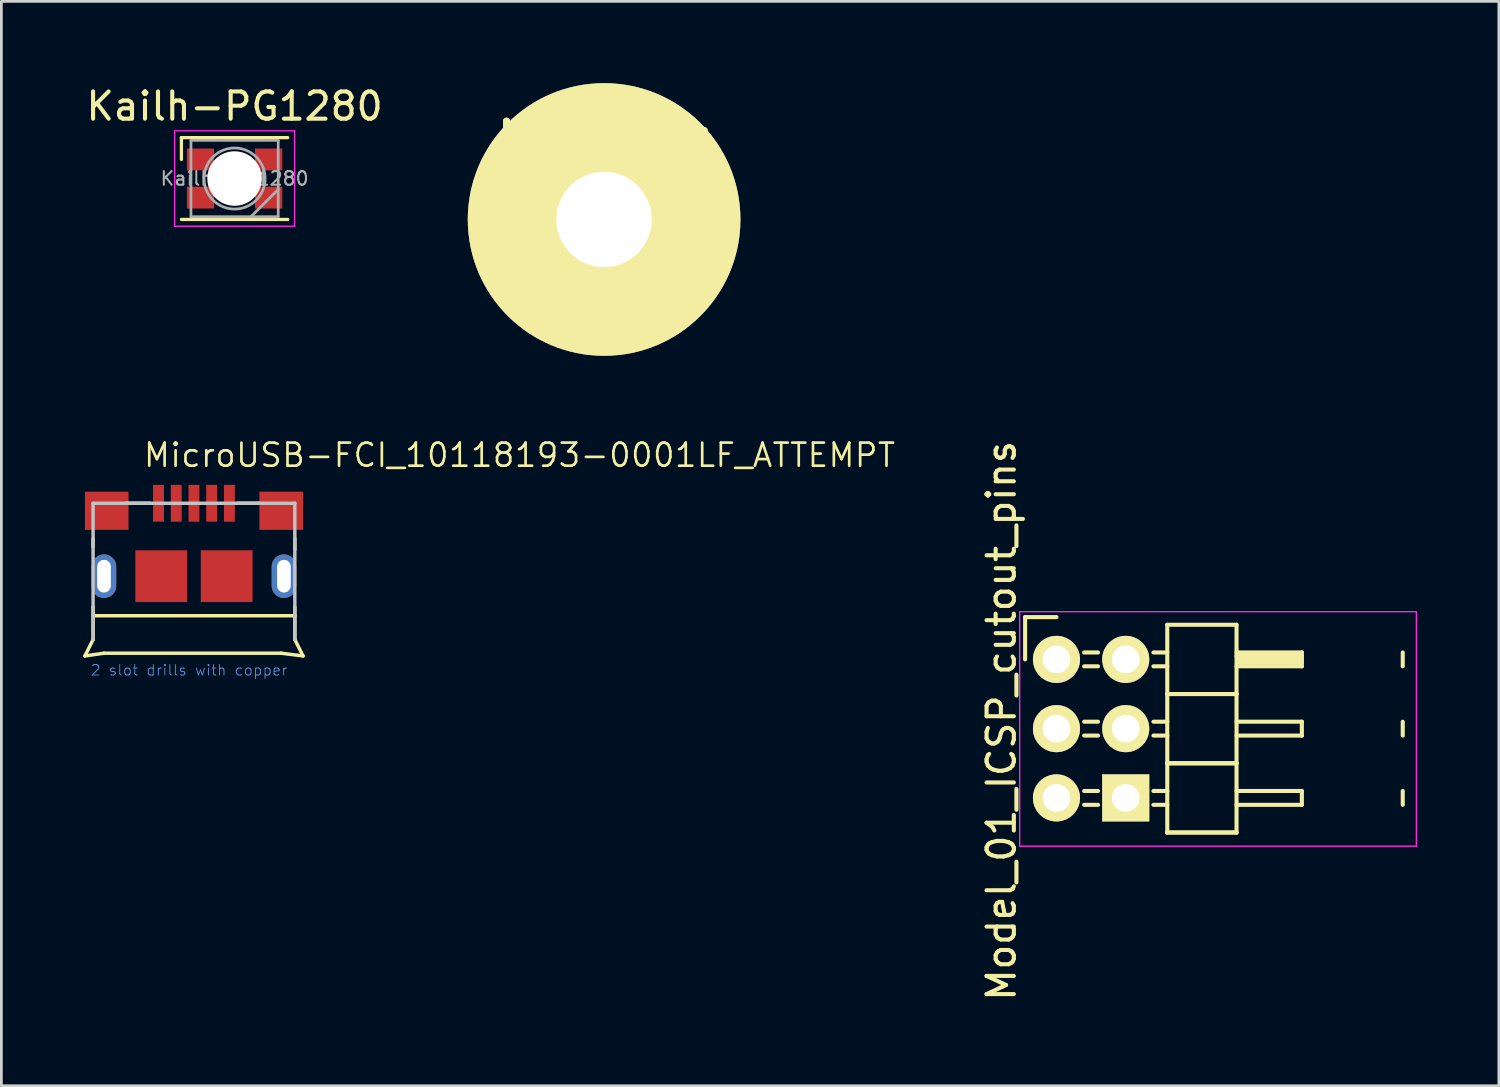
<source format=kicad_pcb>
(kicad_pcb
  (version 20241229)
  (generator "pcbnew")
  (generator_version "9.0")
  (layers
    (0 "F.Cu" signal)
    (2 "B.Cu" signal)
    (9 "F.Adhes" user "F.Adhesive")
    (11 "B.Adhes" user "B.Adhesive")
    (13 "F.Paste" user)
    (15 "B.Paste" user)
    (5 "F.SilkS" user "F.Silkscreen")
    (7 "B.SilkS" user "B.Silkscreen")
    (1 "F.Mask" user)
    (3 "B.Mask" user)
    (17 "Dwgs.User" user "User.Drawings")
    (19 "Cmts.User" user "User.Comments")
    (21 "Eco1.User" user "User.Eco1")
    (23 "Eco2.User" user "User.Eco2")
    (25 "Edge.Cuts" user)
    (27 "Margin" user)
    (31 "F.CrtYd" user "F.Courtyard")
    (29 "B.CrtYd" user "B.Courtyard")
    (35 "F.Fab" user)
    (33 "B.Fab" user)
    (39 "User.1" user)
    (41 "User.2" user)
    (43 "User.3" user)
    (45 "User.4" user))
  (footprint "Kailh-PG1280"
    (layer "F.Cu")
    (at 5.554 3.498)
    (property "Reference" "Kailh-PG1280" (at 0 -2.65 0) (layer "F.SilkS") (effects (font (size 1 1) (thickness 0.15))))
    (attr smd)
    (fp_line (start -1.95 -1.5) (end 1.95 -1.5) (stroke (width 0.12) (type solid)) (layer "F.SilkS"))
    (fp_line (start -1.95 -0.7) (end -1.95 -1.5) (stroke (width 0.12) (type solid)) (layer "F.SilkS"))
    (fp_line (start -1.95 1.5) (end 1.95 1.5) (stroke (width 0.12) (type solid)) (layer "F.SilkS"))
    (fp_line (start -2.2 -1.75) (end -2.2 1.75) (stroke (width 0.05) (type solid)) (layer "F.CrtYd"))
    (fp_line (start -2.2 1.75) (end 2.2 1.75) (stroke (width 0.05) (type solid)) (layer "F.CrtYd"))
    (fp_line (start 2.2 -1.75) (end -2.2 -1.75) (stroke (width 0.05) (type solid)) (layer "F.CrtYd"))
    (fp_line (start 2.2 1.75) (end 2.2 -1.75) (stroke (width 0.05) (type solid)) (layer "F.CrtYd"))
    (fp_line (start -1.6 -1.4) (end -1.6 1.4) (stroke (width 0.1) (type solid)) (layer "F.Fab"))
    (fp_line (start -1.6 1.4) (end 1.6 1.4) (stroke (width 0.1) (type solid)) (layer "F.Fab"))
    (fp_line (start 0.6 1.4) (end 1.6 0.4) (stroke (width 0.1) (type solid)) (layer "F.Fab"))
    (fp_line (start 1.6 -1.4) (end -1.6 -1.4) (stroke (width 0.1) (type solid)) (layer "F.Fab"))
    (fp_line (start 1.6 1.4) (end 1.6 -1.4) (stroke (width 0.1) (type solid)) (layer "F.Fab"))
    (fp_circle (center 0 0) (end 1.12 0) (stroke (width 0.1) (type solid)) (fill no) (layer "F.Fab"))
    (fp_text user "${REFERENCE}" (at 0 0 0) (layer "F.Fab") (effects (font (size 0.5 0.5) (thickness 0.075))))
    (pad "" np_thru_hole circle (at 0 0) (size 2 2) (drill 2) (layers "*.Cu" "*.Mask"))
    (pad "1" smd rect (at -1.25 -0.7) (size 1 0.8) (layers "F.Cu" "F.Mask" "F.Paste"))
    (pad "2" smd rect (at -1.25 0.7) (size 1 0.8) (layers "F.Cu" "F.Mask" "F.Paste"))
    (pad "3" smd rect (at 1.25 -0.7) (size 1 0.8) (layers "F.Cu" "F.Mask" "F.Paste"))
    (pad "4" smd rect (at 1.25 0.7) (size 1 0.8) (layers "F.Cu" "F.Mask" "F.Paste")))
  (footprint "MicroUSB-FCI_10118193-0001LF_ATTEMPT"
    (layer "F.Cu")
    (at 4.064 18.083)
    (property "Reference" "MicroUSB-FCI_10118193-0001LF_ATTEMPT" (at -1.905 -3.945 0) (layer "F.SilkS") (effects (font (size 0.845 0.845) (thickness 0.098)) (justify left bottom)))
    (attr through_hole)
    (fp_line (start -3.7 -1.075) (end -3.7 -1.375) (stroke (width 0.127) (type solid)) (layer "F.SilkS"))
    (fp_line (start -3.7 1.45) (end 3.7 1.45) (stroke (width 0.127) (type solid)) (layer "F.SilkS"))
    (fp_line (start -3.7 2.325) (end -4 2.925) (stroke (width 0.127) (type solid)) (layer "F.SilkS"))
    (fp_line (start -3.7 2.325) (end -3.7 1.125) (stroke (width 0.127) (type solid)) (layer "F.SilkS"))
    (fp_line (start -3.3 2.825) (end -4 2.925) (stroke (width 0.127) (type solid)) (layer "F.SilkS"))
    (fp_line (start -3.3 2.825) (end 3.2 2.825) (stroke (width 0.127) (type solid)) (layer "F.SilkS"))
    (fp_line (start -1.6 -2.675) (end -2.5 -2.675) (stroke (width 0.127) (type solid)) (layer "F.SilkS"))
    (fp_line (start 1.6 -2.675) (end 2.4 -2.675) (stroke (width 0.127) (type solid)) (layer "F.SilkS"))
    (fp_line (start 3.2 2.825) (end 4 2.925) (stroke (width 0.127) (type solid)) (layer "F.SilkS"))
    (fp_line (start 3.7 -1.375) (end 3.7 -0.975) (stroke (width 0.127) (type solid)) (layer "F.SilkS"))
    (fp_line (start 3.7 1.125) (end 3.7 2.325) (stroke (width 0.127) (type solid)) (layer "F.SilkS"))
    (fp_line (start 3.7 2.325) (end 4 2.925) (stroke (width 0.127) (type solid)) (layer "F.SilkS"))
    (fp_line (start -3.7 -2.675) (end 3.7 -2.675) (stroke (width 0.127) (type solid)) (layer "Dwgs.User"))
    (fp_line (start -3.7 2.325) (end -3.7 -2.675) (stroke (width 0.127) (type solid)) (layer "Dwgs.User"))
    (fp_line (start 3.7 -2.675) (end 3.7 2.325) (stroke (width 0.127) (type solid)) (layer "Dwgs.User"))
    (fp_text user "2 slot drills with copper" (at -3.81 3.675 0) (layer "Cmts.User") (effects (font (size 0.386 0.386) (thickness 0.033)) (justify left bottom)))
    (pad "1" smd rect (at -1.3 -2.675 180) (size 0.4 1.35) (layers "F.Cu" "F.Mask" "F.Paste"))
    (pad "2" smd rect (at -0.65 -2.675 180) (size 0.4 1.35) (layers "F.Cu" "F.Mask" "F.Paste"))
    (pad "3" smd rect (at 0 -2.675 180) (size 0.4 1.35) (layers "F.Cu" "F.Mask" "F.Paste"))
    (pad "4" smd rect (at 0.65 -2.675 180) (size 0.4 1.35) (layers "F.Cu" "F.Mask" "F.Paste"))
    (pad "5" smd rect (at 1.3 -2.675 180) (size 0.4 1.35) (layers "F.Cu" "F.Mask" "F.Paste"))
    (pad "S1" smd rect (at -3.2 -2.4 90) (size 1.4 1.6) (layers "F.Cu" "F.Mask" "F.Paste"))
    (pad "S2" thru_hole oval (at -3.3 0 90) (size 1.6 0.9) (drill oval 1.2 0.5) (layers "*.Cu" "*.Mask"))
    (pad "S3" smd rect (at -1.2 0) (size 1.9 1.9) (layers "F.Cu" "F.Mask" "F.Paste"))
    (pad "S4" smd rect (at 1.2 0) (size 1.9 1.9) (layers "F.Cu" "F.Mask" "F.Paste"))
    (pad "S5" thru_hole oval (at 3.3 0 90) (size 1.6 0.9) (drill oval 1.2 0.5) (layers "*.Cu" "*.Mask"))
    (pad "S6" smd rect (at 3.2 -2.4 90) (size 1.4 1.6) (layers "F.Cu" "F.Mask" "F.Paste")))
  (footprint "Model_01_ICSP_cutout_pins"
    (layer "F.Cu")
    (at 35.699 21.135)
    (property "Reference" "Model_01_ICSP_cutout_pins" (at -2.019 2.252 90) (layer "F.SilkS") (effects (font (size 1 1) (thickness 0.15))))
    (attr through_hole)
    (fp_line (start -1.15 -1.55) (end -1.15 0) (stroke (width 0.15) (type solid)) (layer "F.SilkS"))
    (fp_line (start 0 -1.55) (end -1.15 -1.55) (stroke (width 0.15) (type solid)) (layer "F.SilkS"))
    (fp_line (start 1.524 -0.254) (end 1.016 -0.254) (stroke (width 0.15) (type solid)) (layer "F.SilkS"))
    (fp_line (start 1.524 0.254) (end 1.016 0.254) (stroke (width 0.15) (type solid)) (layer "F.SilkS"))
    (fp_line (start 1.524 2.286) (end 1.016 2.286) (stroke (width 0.15) (type solid)) (layer "F.SilkS"))
    (fp_line (start 1.524 2.794) (end 1.016 2.794) (stroke (width 0.15) (type solid)) (layer "F.SilkS"))
    (fp_line (start 1.524 4.826) (end 1.016 4.826) (stroke (width 0.15) (type solid)) (layer "F.SilkS"))
    (fp_line (start 1.524 5.334) (end 1.016 5.334) (stroke (width 0.15) (type solid)) (layer "F.SilkS"))
    (fp_line (start 4.064 -1.27) (end 4.064 1.27) (stroke (width 0.15) (type solid)) (layer "F.SilkS"))
    (fp_line (start 4.064 -1.27) (end 6.604 -1.27) (stroke (width 0.15) (type solid)) (layer "F.SilkS"))
    (fp_line (start 4.064 -0.254) (end 3.556 -0.254) (stroke (width 0.15) (type solid)) (layer "F.SilkS"))
    (fp_line (start 4.064 0.254) (end 3.556 0.254) (stroke (width 0.15) (type solid)) (layer "F.SilkS"))
    (fp_line (start 4.064 1.27) (end 4.064 3.81) (stroke (width 0.15) (type solid)) (layer "F.SilkS"))
    (fp_line (start 4.064 1.27) (end 6.604 1.27) (stroke (width 0.15) (type solid)) (layer "F.SilkS"))
    (fp_line (start 4.064 1.27) (end 6.604 1.27) (stroke (width 0.15) (type solid)) (layer "F.SilkS"))
    (fp_line (start 4.064 2.286) (end 3.556 2.286) (stroke (width 0.15) (type solid)) (layer "F.SilkS"))
    (fp_line (start 4.064 2.794) (end 3.556 2.794) (stroke (width 0.15) (type solid)) (layer "F.SilkS"))
    (fp_line (start 4.064 3.81) (end 4.064 6.35) (stroke (width 0.15) (type solid)) (layer "F.SilkS"))
    (fp_line (start 4.064 3.81) (end 6.604 3.81) (stroke (width 0.15) (type solid)) (layer "F.SilkS"))
    (fp_line (start 4.064 3.81) (end 6.604 3.81) (stroke (width 0.15) (type solid)) (layer "F.SilkS"))
    (fp_line (start 4.064 4.826) (end 3.556 4.826) (stroke (width 0.15) (type solid)) (layer "F.SilkS"))
    (fp_line (start 4.064 5.334) (end 3.556 5.334) (stroke (width 0.15) (type solid)) (layer "F.SilkS"))
    (fp_line (start 4.064 6.35) (end 6.604 6.35) (stroke (width 0.15) (type solid)) (layer "F.SilkS"))
    (fp_line (start 4.064 6.35) (end 6.604 6.35) (stroke (width 0.15) (type solid)) (layer "F.SilkS"))
    (fp_line (start 6.604 -0.254) (end 9 -0.254) (stroke (width 0.15) (type solid)) (layer "F.SilkS"))
    (fp_line (start 6.604 -0.127) (end 9 -0.127) (stroke (width 0.15) (type solid)) (layer "F.SilkS"))
    (fp_line (start 6.604 1.27) (end 6.604 -1.27) (stroke (width 0.15) (type solid)) (layer "F.SilkS"))
    (fp_line (start 6.604 2.286) (end 9 2.286) (stroke (width 0.15) (type solid)) (layer "F.SilkS"))
    (fp_line (start 6.604 3.81) (end 6.604 1.27) (stroke (width 0.15) (type solid)) (layer "F.SilkS"))
    (fp_line (start 6.604 4.826) (end 9 4.826) (stroke (width 0.15) (type solid)) (layer "F.SilkS"))
    (fp_line (start 6.604 6.35) (end 6.604 3.81) (stroke (width 0.15) (type solid)) (layer "F.SilkS"))
    (fp_line (start 6.731 0) (end 9 0) (stroke (width 0.15) (type solid)) (layer "F.SilkS"))
    (fp_line (start 6.731 0.127) (end 6.731 0) (stroke (width 0.15) (type solid)) (layer "F.SilkS"))
    (fp_line (start 9 -0.254) (end 9 0.254) (stroke (width 0.15) (type solid)) (layer "F.SilkS"))
    (fp_line (start 9 0.127) (end 6.731 0.127) (stroke (width 0.15) (type solid)) (layer "F.SilkS"))
    (fp_line (start 9 0.254) (end 6.604 0.254) (stroke (width 0.15) (type solid)) (layer "F.SilkS"))
    (fp_line (start 9 2.286) (end 9 2.794) (stroke (width 0.15) (type solid)) (layer "F.SilkS"))
    (fp_line (start 9 2.794) (end 6.604 2.794) (stroke (width 0.15) (type solid)) (layer "F.SilkS"))
    (fp_line (start 9 4.826) (end 9 5.334) (stroke (width 0.15) (type solid)) (layer "F.SilkS"))
    (fp_line (start 9 5.334) (end 6.604 5.334) (stroke (width 0.15) (type solid)) (layer "F.SilkS"))
    (fp_line (start 12.7 -0.254) (end 12.7 0.254) (stroke (width 0.15) (type solid)) (layer "F.SilkS"))
    (fp_line (start 12.7 2.286) (end 12.7 2.794) (stroke (width 0.15) (type solid)) (layer "F.SilkS"))
    (fp_line (start 12.7 4.826) (end 12.7 5.334) (stroke (width 0.15) (type solid)) (layer "F.SilkS"))
    (fp_line (start -1.35 -1.75) (end -1.35 6.85) (stroke (width 0.05) (type solid)) (layer "F.CrtYd"))
    (fp_line (start -1.35 -1.75) (end 13.2 -1.75) (stroke (width 0.05) (type solid)) (layer "F.CrtYd"))
    (fp_line (start -1.35 6.85) (end 13.2 6.85) (stroke (width 0.05) (type solid)) (layer "F.CrtYd"))
    (fp_line (start 13.2 -1.75) (end 13.2 6.85) (stroke (width 0.05) (type solid)) (layer "F.CrtYd"))
    (pad "1" thru_hole rect (at 2.54 5.08) (size 1.727 1.727) (drill 1.016) (layers "*.Cu" "*.Mask" "F.SilkS"))
    (pad "2" thru_hole oval (at 0 5.08) (size 1.727 1.727) (drill 1.016) (layers "*.Cu" "*.Mask" "F.SilkS"))
    (pad "3" thru_hole oval (at 2.54 2.54) (size 1.727 1.727) (drill 1.016) (layers "*.Cu" "*.Mask" "F.SilkS"))
    (pad "4" thru_hole oval (at 0 2.54) (size 1.727 1.727) (drill 1.016) (layers "*.Cu" "*.Mask" "F.SilkS"))
    (pad "5" thru_hole oval (at 2.54 0) (size 1.727 1.727) (drill 1.016) (layers "*.Cu" "*.Mask" "F.SilkS"))
    (pad "6" thru_hole oval (at 0 0) (size 1.727 1.727) (drill 1.016) (layers "*.Cu" "*.Mask" "F.SilkS")))
  (footprint "M3-screw"
    (layer "F.Cu")
    (at 19.107 5)
    (property "Reference" "M3-screw" (at 0 -3.048 0) (layer "F.SilkS") (effects (font (size 1.016 1.016) (thickness 0.254))))
    (attr through_hole)
    (fp_circle (center 0 0) (end 0 -2.286) (stroke (width 0.381) (type solid)) (fill no) (layer "F.SilkS"))
    (pad "" np_thru_hole circle (at 0 0) (size 10 10) (drill 3.5) (layers "*.Cu" "*.Mask" "F.SilkS")))
  (gr_rect
    (start -3 -3)
    (end 51.924 36.774)
    (stroke (width 0.1) (type default))
    (fill no)
    (layer "Edge.Cuts")))
</source>
